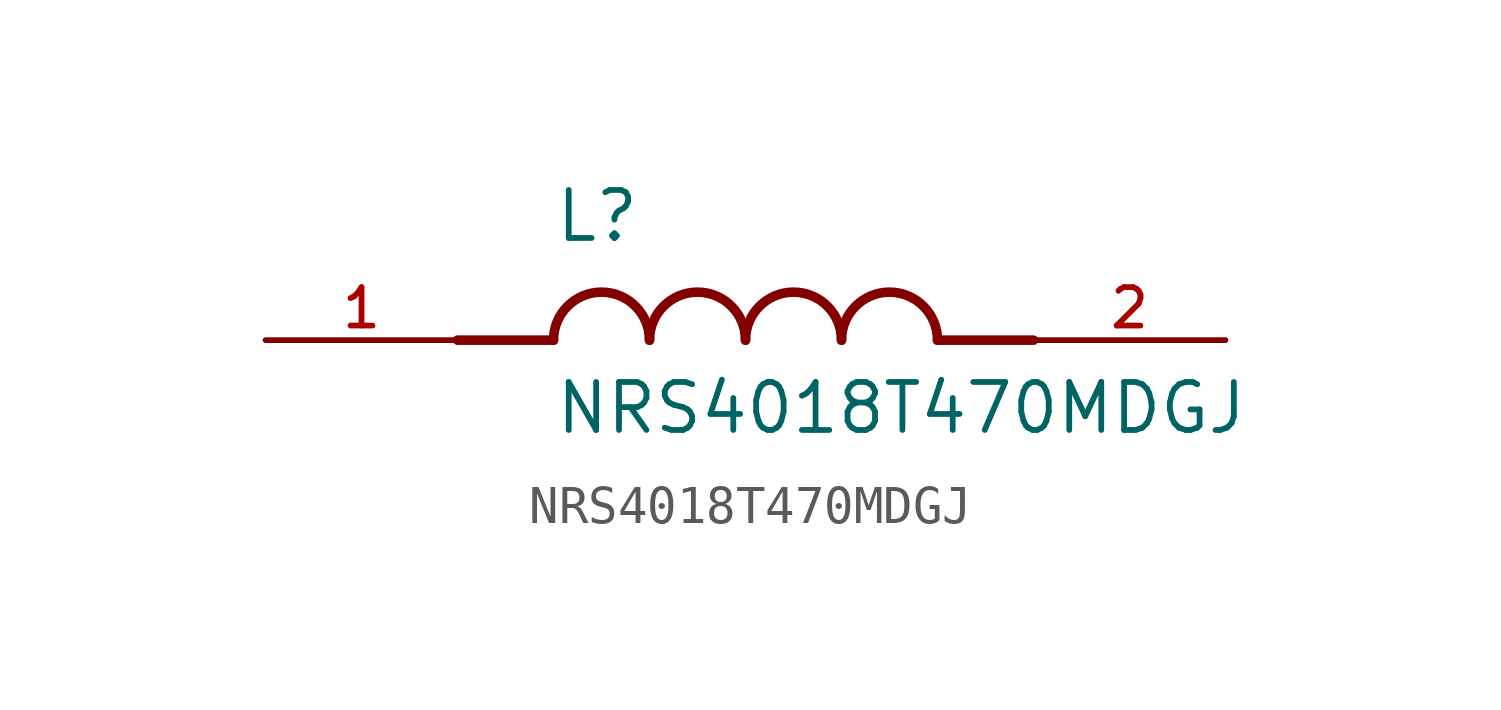
<source format=kicad_sym>
(kicad_symbol_lib
  (version 20211014)
  (generator kicad_symbol_editor)
  (symbol "NRS4018T470MDGJ"
    (pin_names
      (offset 1.016))
    (property "Reference" "L"
      (at -5.08 2.54 0)
      (effects (font (size 1.27 1.27)) (justify bottom left)))
    (property "Value" "NRS4018T470MDGJ"
      (at -5.08 -2.54 0)
      (effects (font (size 1.27 1.27)) (justify bottom left)))
    (symbol "NRS4018T470MDGJ_0_0"
      (polyline (pts (xy -5.08 0.0) (xy -7.62 0.0)) (stroke (width 0.254)))
      (polyline (pts (xy 5.08 0.0) (xy 7.62 0.0)) (stroke (width 0.254)))
      (arc (start -2.54 0.0) (mid -3.81 1.27) (end -5.08 0.0) (stroke (width 0.254) (type default) (color 0 0 0 0)) (fill (type none)))
      (arc (start 0.0 0.0) (mid -1.27 1.27) (end -2.54 0.0) (stroke (width 0.254) (type default) (color 0 0 0 0)) (fill (type none)))
      (arc (start 2.54 0.0) (mid 1.27 1.27) (end 0.0 0.0) (stroke (width 0.254) (type default) (color 0 0 0 0)) (fill (type none)))
      (arc (start 5.08 0.0) (mid 3.81 1.27) (end 2.54 0.0) (stroke (width 0.254) (type default) (color 0 0 0 0)) (fill (type none)))
      (pin passive line (at -12.7 0.0 0) (length 5.08) (name "~" (effects (font (size 1.016 1.016)))) (number "1" (effects (font (size 1.016 1.016)))))
      (pin passive line (at 12.7 0.0 180.0) (length 5.08) (name "~" (effects (font (size 1.016 1.016)))) (number "2" (effects (font (size 1.016 1.016))))))))
</source>
